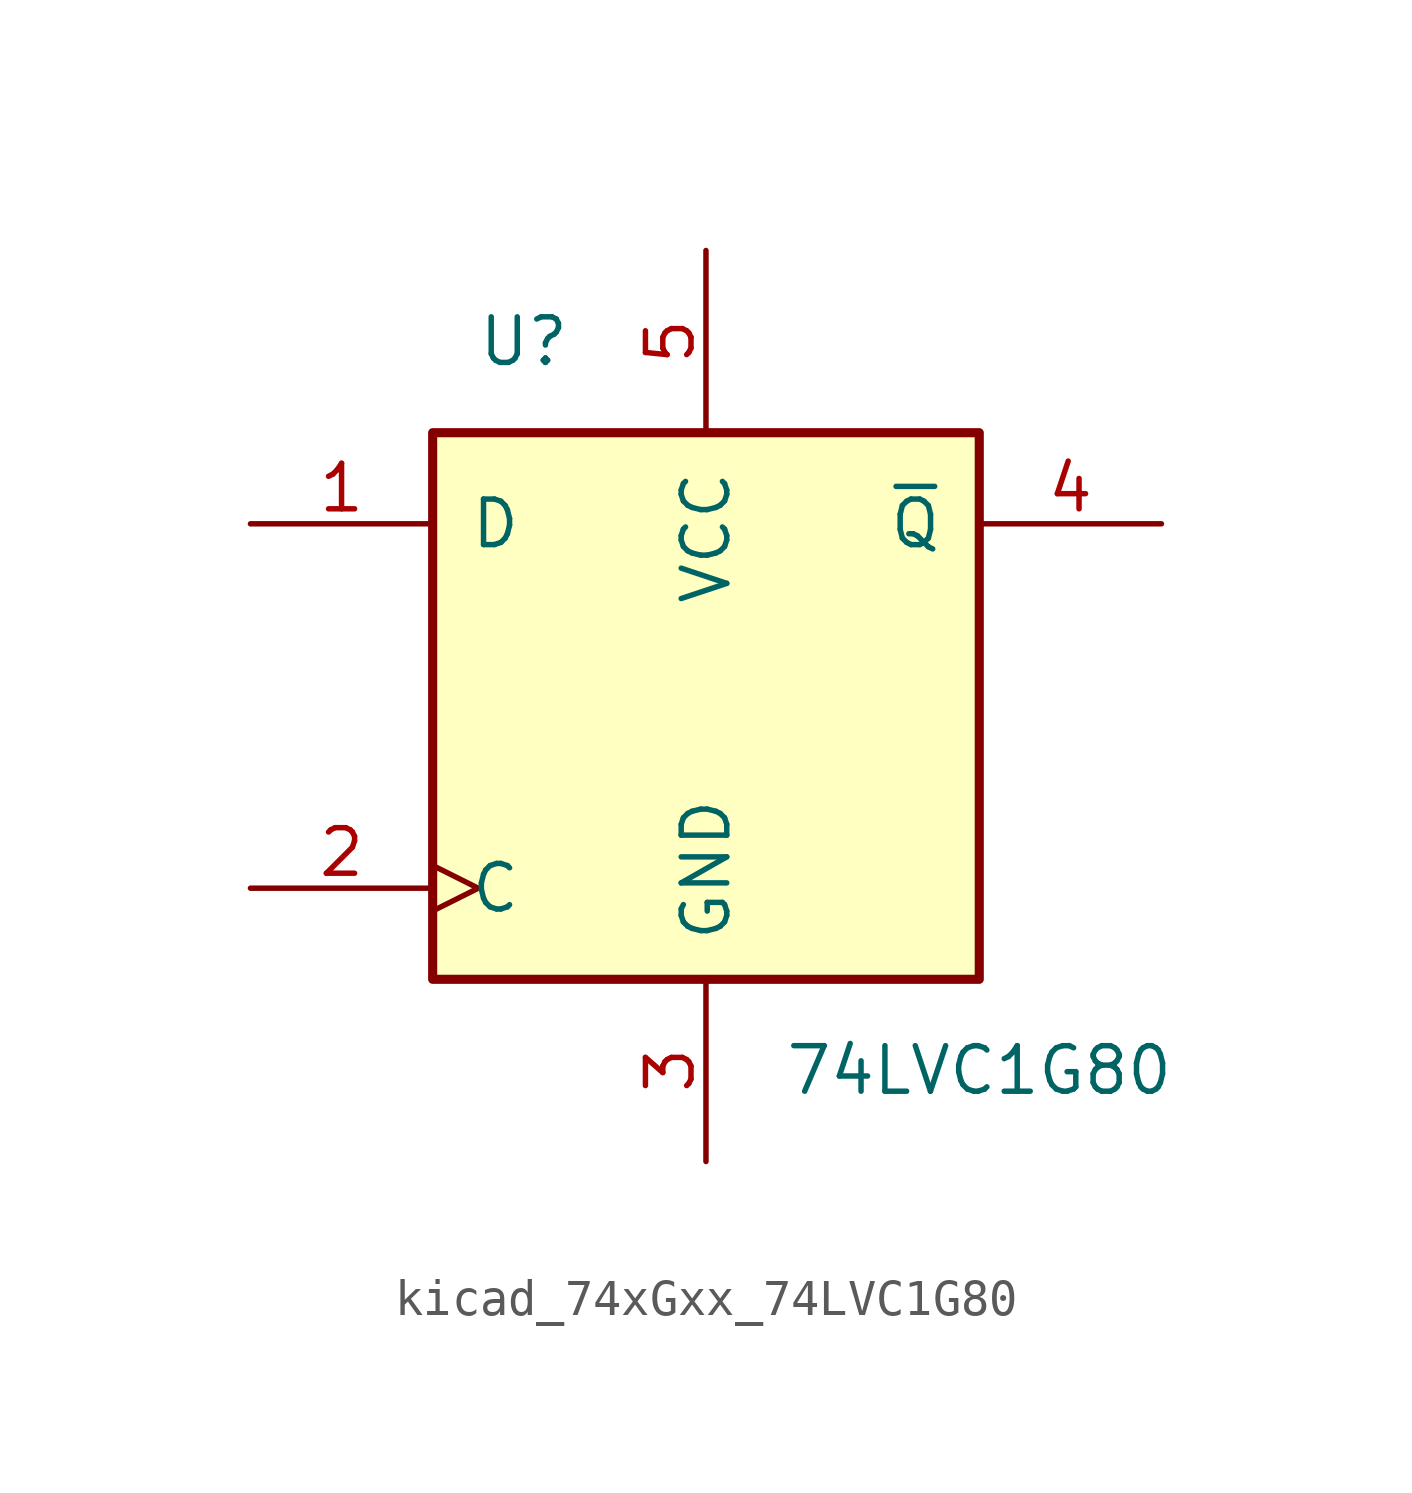
<source format=kicad_sym>
(kicad_symbol_lib
  (version 20220914)
  (generator kicad_symbol_editor)
  (symbol "kicad_74xGxx_74LVC1G80"
    (pin_names
      (offset 1.016))
    (property "Reference" "U"
      (at -5.08 10.16 0)
      (effects (font (size 1.27 1.27))))
    (property "Value" "74LVC1G80"
      (at 7.62 -10.16 0)
      (effects (font (size 1.27 1.27))))
    (symbol "kicad_74xGxx_74LVC1G80_0_1"
      (rectangle (start -7.62 7.62) (end 7.62 -7.62) (stroke (width 0.254) (type default)) (fill (type background))))
    (symbol "kicad_74xGxx_74LVC1G80_1_1"
      (pin input line (at -12.7 5.08 0) (length 5.08) (name "D" (effects (font (size 1.27 1.27)))) (number "1" (effects (font (size 1.27 1.27)))))
      (pin input clock (at -12.7 -5.08 0) (length 5.08) (name "C" (effects (font (size 1.27 1.27)))) (number "2" (effects (font (size 1.27 1.27)))))
      (pin power_in line (at 0 -12.7 90) (length 5.08) (name "GND" (effects (font (size 1.27 1.27)))) (number "3" (effects (font (size 1.27 1.27)))))
      (pin output line (at 12.7 5.08 180) (length 5.08) (name "~{Q}" (effects (font (size 1.27 1.27)))) (number "4" (effects (font (size 1.27 1.27)))))
      (pin power_in line (at 0 12.7 270) (length 5.08) (name "VCC" (effects (font (size 1.27 1.27)))) (number "5" (effects (font (size 1.27 1.27))))))))
</source>
